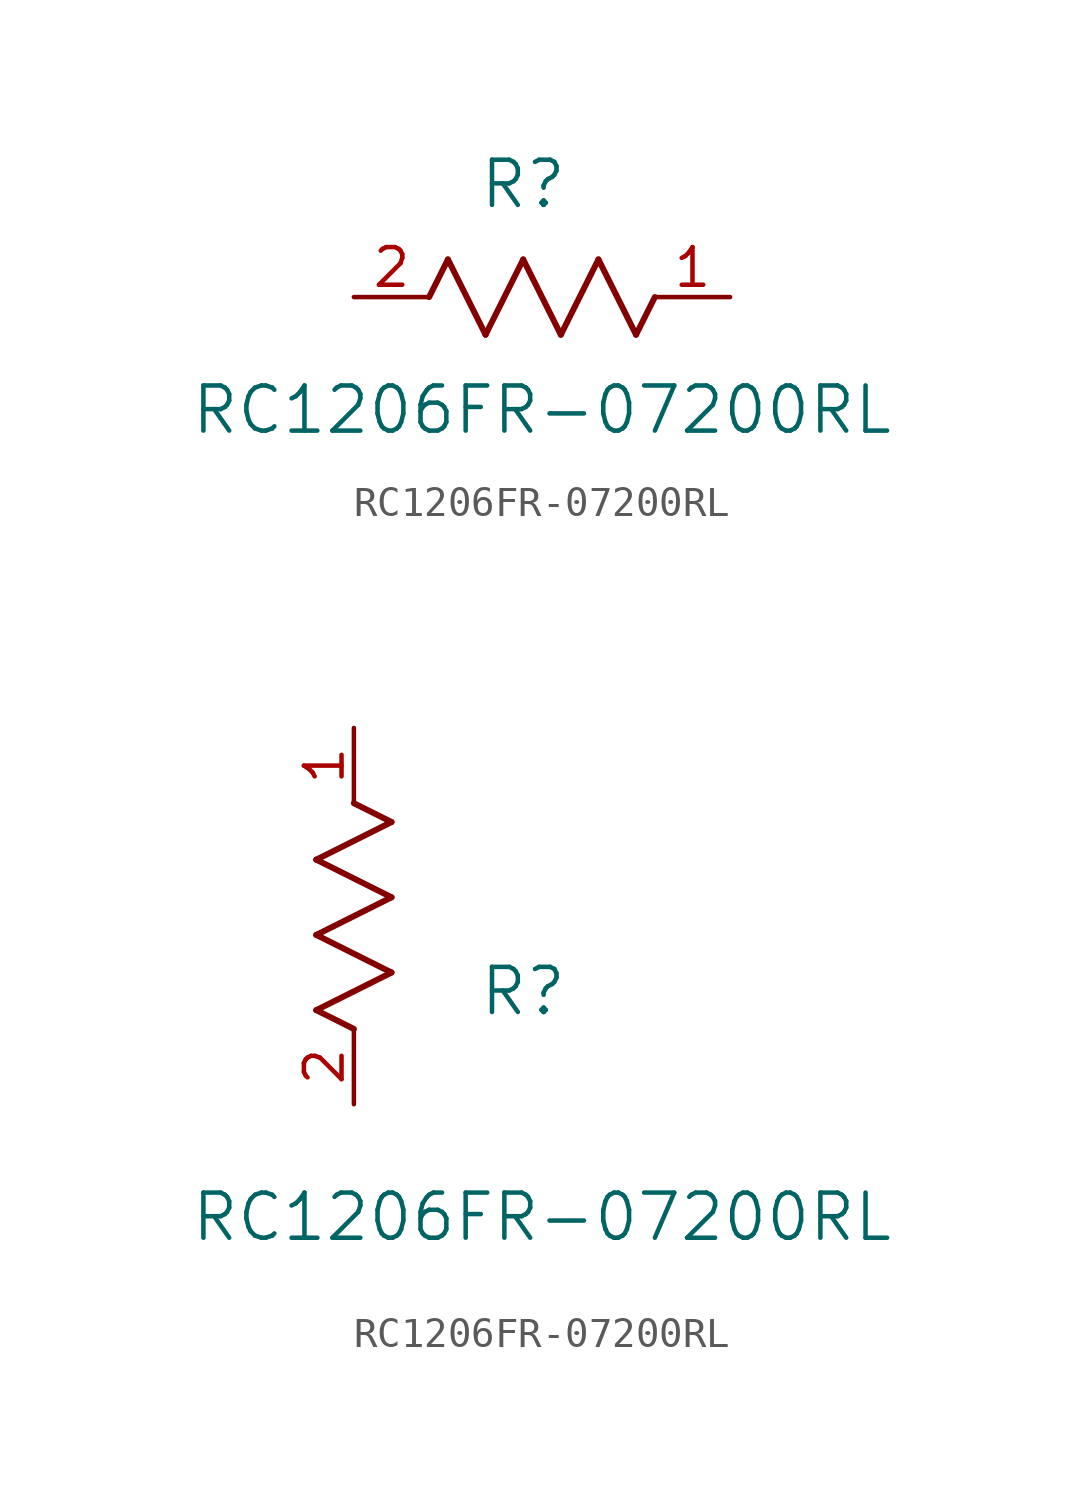
<source format=kicad_sym>
(kicad_symbol_lib
  (version 20211014)
  (generator kicad_symbol_editor)
  (symbol "RC1206FR-07200RL"
    (pin_names
      (offset 0.254))
    (property "Reference" "R"
      (at 5.715 3.81 0)
      (effects (font (size 1.524 1.524))))
    (property "Value" "RC1206FR-07200RL"
      (at 6.35 -3.81 0)
      (effects (font (size 1.524 1.524))))
    (symbol "RC1206FR-07200RL_1_1"
      (polyline (pts (xy 3.175 1.27) (xy 4.445 -1.27)) (stroke (width 0.203) (type default) (color 0 0 0 0)) (fill (type none)))
      (polyline (pts (xy 4.445 -1.27) (xy 5.715 1.27)) (stroke (width 0.203) (type default) (color 0 0 0 0)) (fill (type none)))
      (polyline (pts (xy 5.715 1.27) (xy 6.985 -1.27)) (stroke (width 0.203) (type default) (color 0 0 0 0)) (fill (type none)))
      (polyline (pts (xy 6.985 -1.27) (xy 8.255 1.27)) (stroke (width 0.203) (type default) (color 0 0 0 0)) (fill (type none)))
      (polyline (pts (xy 8.255 1.27) (xy 9.525 -1.27)) (stroke (width 0.203) (type default) (color 0 0 0 0)) (fill (type none)))
      (polyline (pts (xy 2.54 0) (xy 3.175 1.27)) (stroke (width 0.203) (type default) (color 0 0 0 0)) (fill (type none)))
      (polyline (pts (xy 9.525 -1.27) (xy 10.16 0)) (stroke (width 0.203) (type default) (color 0 0 0 0)) (fill (type none)))
      (pin unspecified line (at 12.7 0 180) (length 2.54) (name "" (effects (font (size 1.27 1.27)))) (number "1" (effects (font (size 1.27 1.27)))))
      (pin unspecified line (at 0 0 0) (length 2.54) (name "" (effects (font (size 1.27 1.27)))) (number "2" (effects (font (size 1.27 1.27))))))
    (symbol "RC1206FR-07200RL_1_2"
      (polyline (pts (xy 0 2.54) (xy -1.27 3.175)) (stroke (width 0.203) (type default) (color 0 0 0 0)) (fill (type none)))
      (polyline (pts (xy -1.27 3.175) (xy 1.27 4.445)) (stroke (width 0.203) (type default) (color 0 0 0 0)) (fill (type none)))
      (polyline (pts (xy 1.27 4.445) (xy -1.27 5.715)) (stroke (width 0.203) (type default) (color 0 0 0 0)) (fill (type none)))
      (polyline (pts (xy -1.27 5.715) (xy 1.27 6.985)) (stroke (width 0.203) (type default) (color 0 0 0 0)) (fill (type none)))
      (polyline (pts (xy -1.27 8.255) (xy 1.27 9.525)) (stroke (width 0.203) (type default) (color 0 0 0 0)) (fill (type none)))
      (polyline (pts (xy 1.27 9.525) (xy 0 10.16)) (stroke (width 0.203) (type default) (color 0 0 0 0)) (fill (type none)))
      (polyline (pts (xy 1.27 6.985) (xy -1.27 8.255)) (stroke (width 0.203) (type default) (color 0 0 0 0)) (fill (type none)))
      (pin unspecified line (at 0 12.7 270) (length 2.54) (name "" (effects (font (size 1.27 1.27)))) (number "1" (effects (font (size 1.27 1.27)))))
      (pin unspecified line (at 0 0 90) (length 2.54) (name "" (effects (font (size 1.27 1.27)))) (number "2" (effects (font (size 1.27 1.27))))))))
</source>
